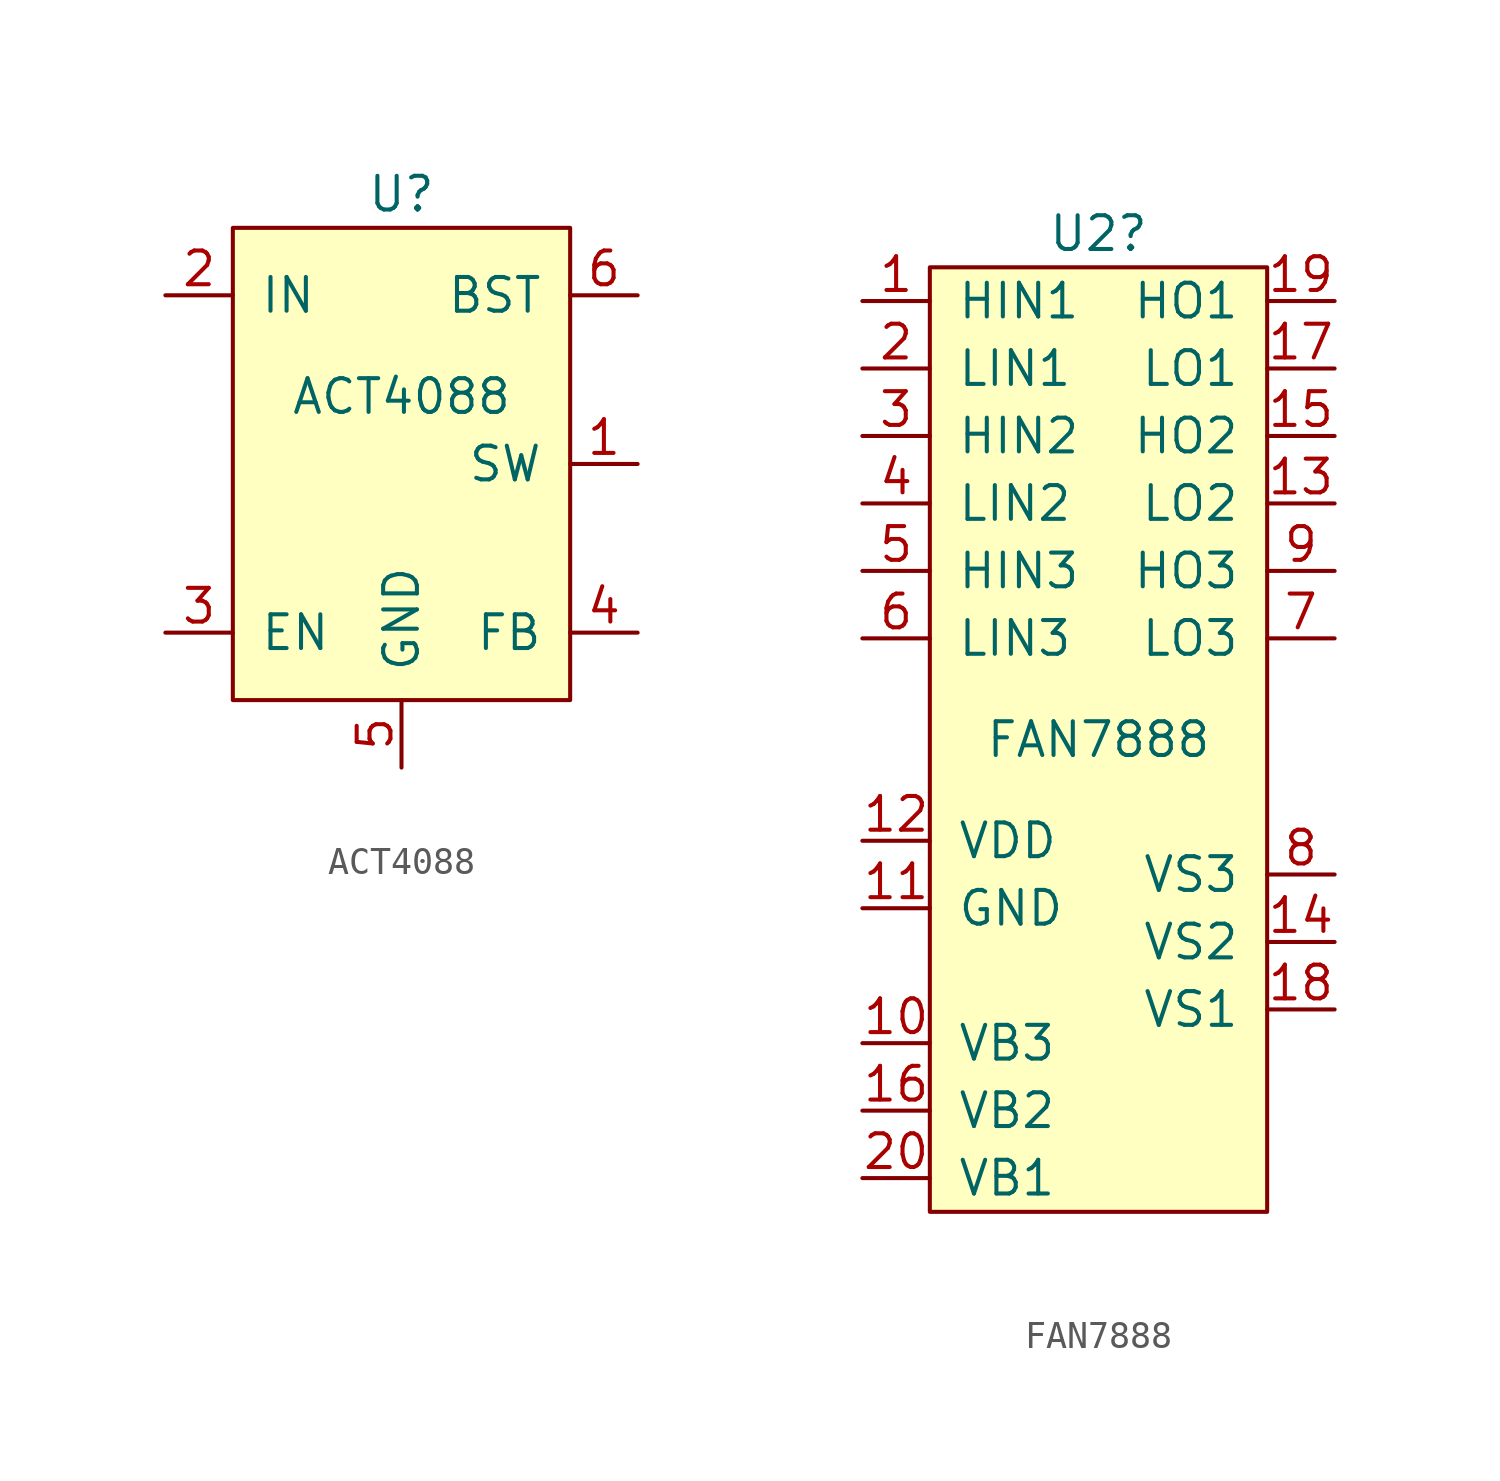
<source format=kicad_sym>
(kicad_symbol_lib
  (version 20220914)
  (generator kicad_symbol_editor)
  (symbol "ACT4088"
    (pin_names
      (offset 1.016))
    (property "Reference" "U"
      (at 0 10.16 0)
      (effects (font (size 1.27 1.27))))
    (property "Value" "ACT4088"
      (at 0 2.54 0)
      (effects (font (size 1.27 1.27))))
    (symbol "ACT4088_0_1"
      (rectangle (start -6.35 8.89) (end 6.35 -8.89) (stroke (width 0) (type solid)) (fill (type background))))
    (symbol "ACT4088_1_1"
      (pin power_out line (at 8.89 0 180) (length 2.54) (name "SW" (effects (font (size 1.27 1.27)))) (number "1" (effects (font (size 1.27 1.27)))))
      (pin power_in line (at -8.89 6.35 0) (length 2.54) (name "IN" (effects (font (size 1.27 1.27)))) (number "2" (effects (font (size 1.27 1.27)))))
      (pin input line (at -8.89 -6.35 0) (length 2.54) (name "EN" (effects (font (size 1.27 1.27)))) (number "3" (effects (font (size 1.27 1.27)))))
      (pin input line (at 8.89 -6.35 180) (length 2.54) (name "FB" (effects (font (size 1.27 1.27)))) (number "4" (effects (font (size 1.27 1.27)))))
      (pin power_in line (at 0 -11.43 90) (length 2.54) (name "GND" (effects (font (size 1.27 1.27)))) (number "5" (effects (font (size 1.27 1.27)))))
      (pin passive line (at 8.89 6.35 180) (length 2.54) (name "BST" (effects (font (size 1.27 1.27)))) (number "6" (effects (font (size 1.27 1.27)))))))
  (symbol "FAN7888"
    (pin_names
      (offset 1.016))
    (property "Reference" "U2"
      (at 0 19.05 0)
      (effects (font (size 1.27 1.27))))
    (property "Value" "FAN7888"
      (at 0 0 0)
      (effects (font (size 1.27 1.27))))
    (symbol "FAN7888_0_1"
      (rectangle (start -6.35 17.78) (end 6.35 -17.78) (stroke (width 0) (type default)) (fill (type background))))
    (symbol "FAN7888_1_1"
      (pin input line (at -8.89 16.51 0) (length 2.54) (name "HIN1" (effects (font (size 1.27 1.27)))) (number "1" (effects (font (size 1.27 1.27)))))
      (pin passive line (at -8.89 -11.43 0) (length 2.54) (name "VB3" (effects (font (size 1.27 1.27)))) (number "10" (effects (font (size 1.27 1.27)))))
      (pin power_in line (at -8.89 -6.35 0) (length 2.54) (name "GND" (effects (font (size 1.27 1.27)))) (number "11" (effects (font (size 1.27 1.27)))))
      (pin power_in line (at -8.89 -3.81 0) (length 2.54) (name "VDD" (effects (font (size 1.27 1.27)))) (number "12" (effects (font (size 1.27 1.27)))))
      (pin output line (at 8.89 8.89 180) (length 2.54) (name "LO2" (effects (font (size 1.27 1.27)))) (number "13" (effects (font (size 1.27 1.27)))))
      (pin passive line (at 8.89 -7.62 180) (length 2.54) (name "VS2" (effects (font (size 1.27 1.27)))) (number "14" (effects (font (size 1.27 1.27)))))
      (pin output line (at 8.89 11.43 180) (length 2.54) (name "HO2" (effects (font (size 1.27 1.27)))) (number "15" (effects (font (size 1.27 1.27)))))
      (pin passive line (at -8.89 -13.97 0) (length 2.54) (name "VB2" (effects (font (size 1.27 1.27)))) (number "16" (effects (font (size 1.27 1.27)))))
      (pin output line (at 8.89 13.97 180) (length 2.54) (name "LO1" (effects (font (size 1.27 1.27)))) (number "17" (effects (font (size 1.27 1.27)))))
      (pin passive line (at 8.89 -10.16 180) (length 2.54) (name "VS1" (effects (font (size 1.27 1.27)))) (number "18" (effects (font (size 1.27 1.27)))))
      (pin output line (at 8.89 16.51 180) (length 2.54) (name "HO1" (effects (font (size 1.27 1.27)))) (number "19" (effects (font (size 1.27 1.27)))))
      (pin input line (at -8.89 13.97 0) (length 2.54) (name "LIN1" (effects (font (size 1.27 1.27)))) (number "2" (effects (font (size 1.27 1.27)))))
      (pin passive line (at -8.89 -16.51 0) (length 2.54) (name "VB1" (effects (font (size 1.27 1.27)))) (number "20" (effects (font (size 1.27 1.27)))))
      (pin input line (at -8.89 11.43 0) (length 2.54) (name "HIN2" (effects (font (size 1.27 1.27)))) (number "3" (effects (font (size 1.27 1.27)))))
      (pin input line (at -8.89 8.89 0) (length 2.54) (name "LIN2" (effects (font (size 1.27 1.27)))) (number "4" (effects (font (size 1.27 1.27)))))
      (pin input line (at -8.89 6.35 0) (length 2.54) (name "HIN3" (effects (font (size 1.27 1.27)))) (number "5" (effects (font (size 1.27 1.27)))))
      (pin input line (at -8.89 3.81 0) (length 2.54) (name "LIN3" (effects (font (size 1.27 1.27)))) (number "6" (effects (font (size 1.27 1.27)))))
      (pin output line (at 8.89 3.81 180) (length 2.54) (name "LO3" (effects (font (size 1.27 1.27)))) (number "7" (effects (font (size 1.27 1.27)))))
      (pin passive line (at 8.89 -5.08 180) (length 2.54) (name "VS3" (effects (font (size 1.27 1.27)))) (number "8" (effects (font (size 1.27 1.27)))))
      (pin output line (at 8.89 6.35 180) (length 2.54) (name "HO3" (effects (font (size 1.27 1.27)))) (number "9" (effects (font (size 1.27 1.27))))))))
</source>
